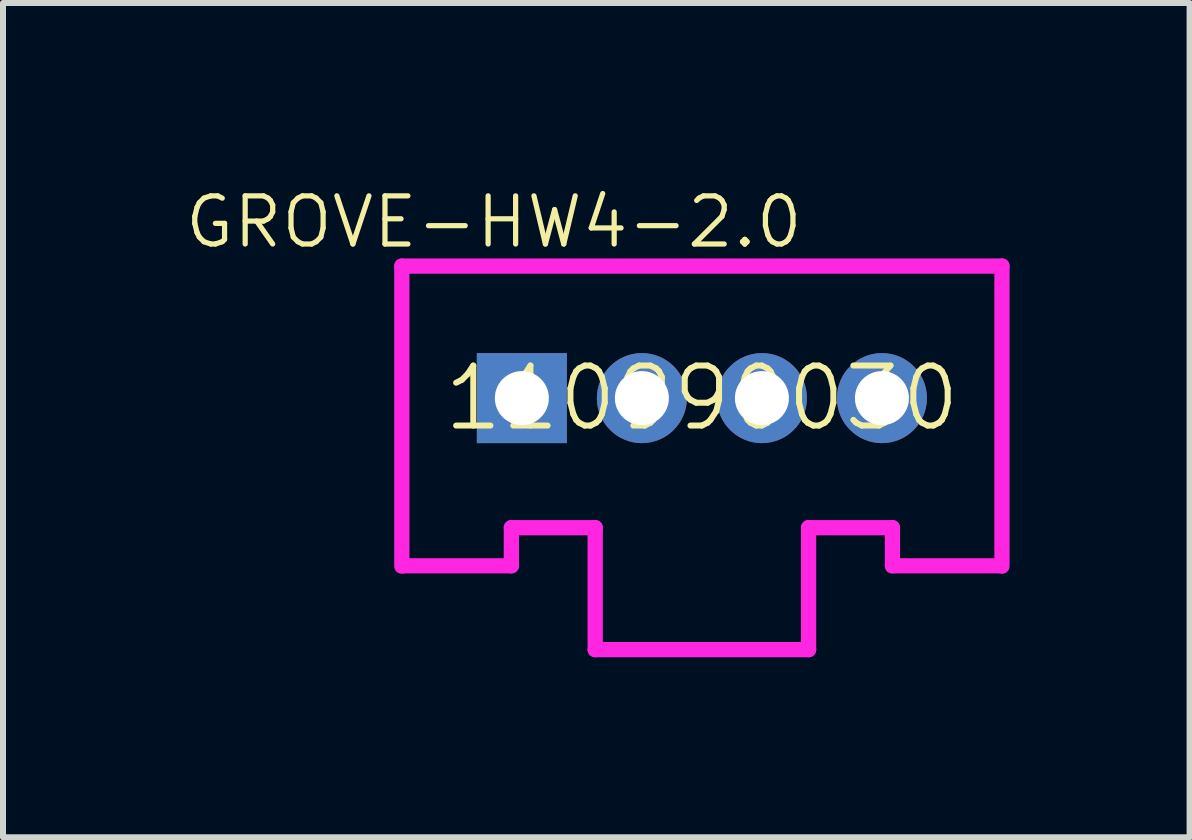
<source format=kicad_pcb>
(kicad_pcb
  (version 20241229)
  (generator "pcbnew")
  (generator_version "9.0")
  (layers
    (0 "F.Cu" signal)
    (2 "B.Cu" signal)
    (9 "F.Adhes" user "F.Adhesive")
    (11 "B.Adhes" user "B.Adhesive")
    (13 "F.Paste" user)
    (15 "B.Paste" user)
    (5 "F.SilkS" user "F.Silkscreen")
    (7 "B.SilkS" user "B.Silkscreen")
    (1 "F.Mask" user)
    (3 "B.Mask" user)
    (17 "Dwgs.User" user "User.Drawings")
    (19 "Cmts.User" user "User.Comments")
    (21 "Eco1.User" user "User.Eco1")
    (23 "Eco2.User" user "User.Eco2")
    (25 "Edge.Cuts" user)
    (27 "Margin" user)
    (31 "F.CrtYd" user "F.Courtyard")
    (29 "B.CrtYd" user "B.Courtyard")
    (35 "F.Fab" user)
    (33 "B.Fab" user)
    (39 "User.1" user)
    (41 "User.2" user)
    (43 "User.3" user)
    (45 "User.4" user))
  (footprint "GROVE-HW4-2.0"
    (layer "F.Cu")
    (at 8.646 3.584)
    (property "Reference" "GROVE-HW4-2.0" (at 1.727 -3.404 180) (layer "F.SilkS") (effects (font (size 0.802 0.802) (thickness 0.087)) (justify right top)))
    (property "MPN" "110990030" (at 0 0 0) (layer "F.SilkS") (effects (font (size 1 1) (thickness 0.1))))
    (fp_line (start -5 -2.2) (end 5 -2.2) (stroke (width 0.254) (type solid)) (layer "F.CrtYd"))
    (fp_line (start -5 2.8) (end -5 -2.2) (stroke (width 0.254) (type solid)) (layer "F.CrtYd"))
    (fp_line (start -4.953 2.794) (end -3.175 2.794) (stroke (width 0.254) (type solid)) (layer "F.CrtYd"))
    (fp_line (start -3.175 2.159) (end -1.778 2.159) (stroke (width 0.254) (type solid)) (layer "F.CrtYd"))
    (fp_line (start -3.175 2.794) (end -3.175 2.159) (stroke (width 0.254) (type solid)) (layer "F.CrtYd"))
    (fp_line (start -1.778 2.159) (end -1.778 4.191) (stroke (width 0.254) (type solid)) (layer "F.CrtYd"))
    (fp_line (start -1.778 4.191) (end 1.778 4.191) (stroke (width 0.254) (type solid)) (layer "F.CrtYd"))
    (fp_line (start 1.778 2.159) (end 3.175 2.159) (stroke (width 0.254) (type solid)) (layer "F.CrtYd"))
    (fp_line (start 1.778 4.191) (end 1.778 2.159) (stroke (width 0.254) (type solid)) (layer "F.CrtYd"))
    (fp_line (start 3.175 2.159) (end 3.175 2.794) (stroke (width 0.254) (type solid)) (layer "F.CrtYd"))
    (fp_line (start 3.175 2.794) (end 4.953 2.794) (stroke (width 0.254) (type solid)) (layer "F.CrtYd"))
    (fp_line (start 5 -2.2) (end 5 2.8) (stroke (width 0.254) (type solid)) (layer "F.CrtYd"))
    (pad "1" thru_hole rect (at -3 0) (size 1.5 1.5) (drill 0.9) (layers "*.Cu" "*.Mask"))
    (pad "2" thru_hole circle (at -1 0) (size 1.5 1.5) (drill 0.9) (layers "*.Cu" "*.Mask"))
    (pad "3" thru_hole circle (at 1 0) (size 1.5 1.5) (drill 0.9) (layers "*.Cu" "*.Mask"))
    (pad "4" thru_hole circle (at 3 0) (size 1.5 1.5) (drill 0.9) (layers "*.Cu" "*.Mask")))
  (gr_rect
    (start -3 -3)
    (end 16.773 10.902)
    (stroke (width 0.1) (type default))
    (fill no)
    (layer "Edge.Cuts")))
</source>
